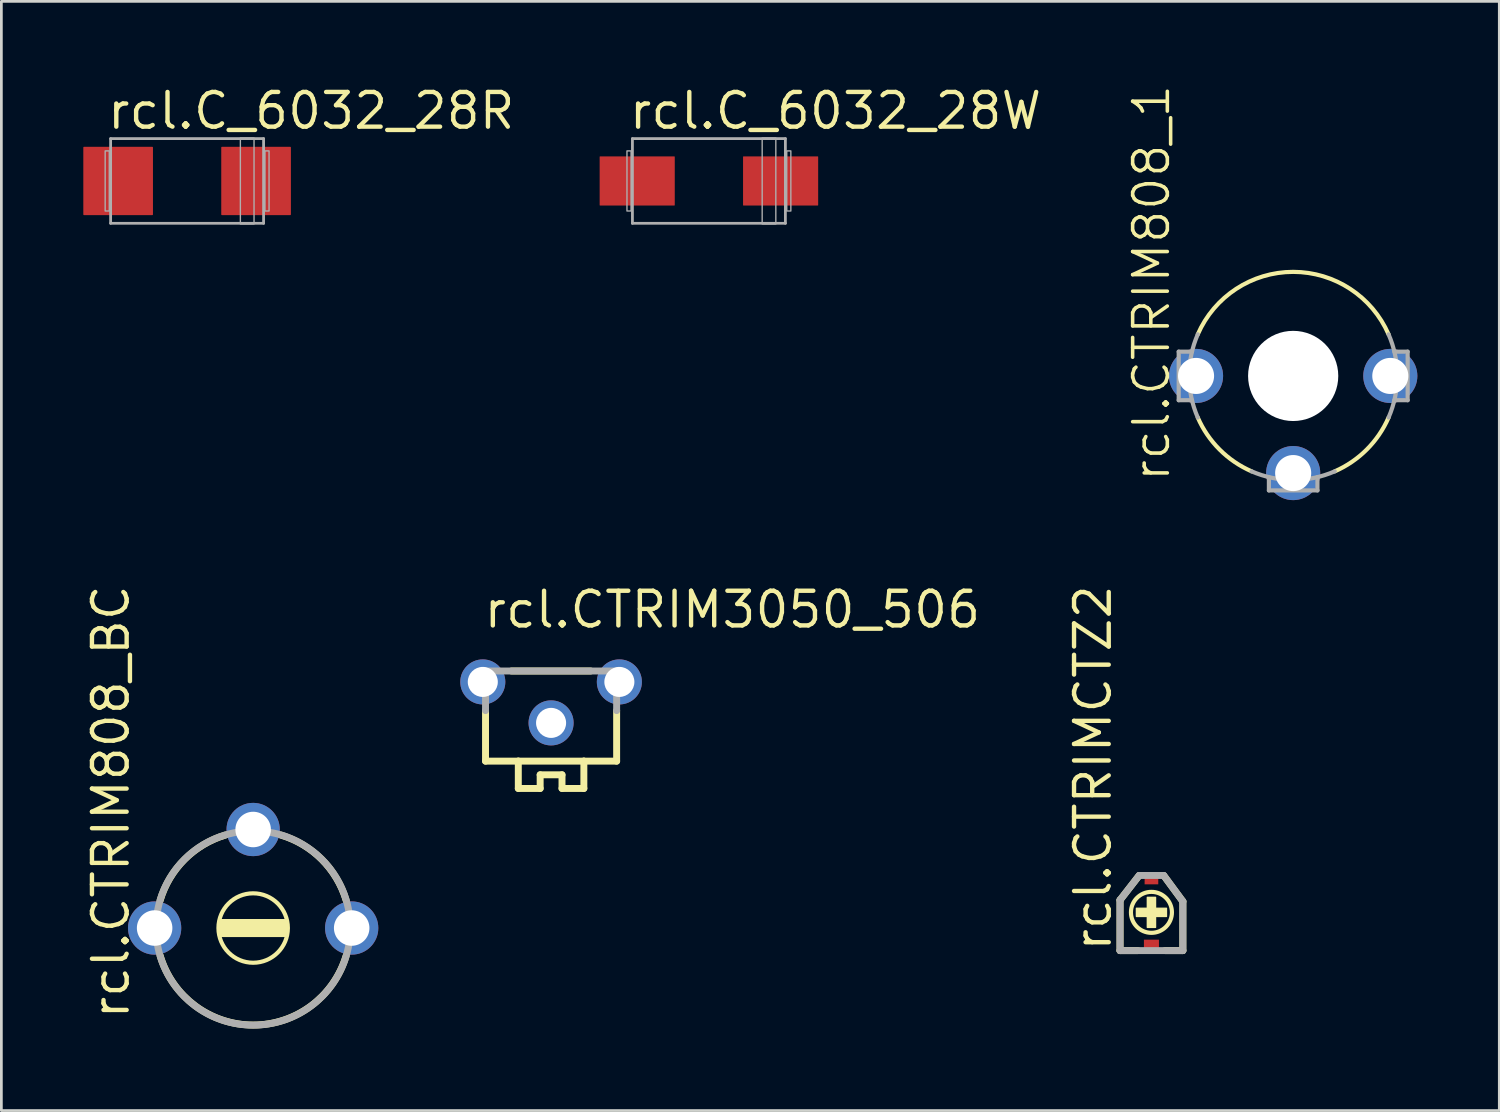
<source format=kicad_pcb>
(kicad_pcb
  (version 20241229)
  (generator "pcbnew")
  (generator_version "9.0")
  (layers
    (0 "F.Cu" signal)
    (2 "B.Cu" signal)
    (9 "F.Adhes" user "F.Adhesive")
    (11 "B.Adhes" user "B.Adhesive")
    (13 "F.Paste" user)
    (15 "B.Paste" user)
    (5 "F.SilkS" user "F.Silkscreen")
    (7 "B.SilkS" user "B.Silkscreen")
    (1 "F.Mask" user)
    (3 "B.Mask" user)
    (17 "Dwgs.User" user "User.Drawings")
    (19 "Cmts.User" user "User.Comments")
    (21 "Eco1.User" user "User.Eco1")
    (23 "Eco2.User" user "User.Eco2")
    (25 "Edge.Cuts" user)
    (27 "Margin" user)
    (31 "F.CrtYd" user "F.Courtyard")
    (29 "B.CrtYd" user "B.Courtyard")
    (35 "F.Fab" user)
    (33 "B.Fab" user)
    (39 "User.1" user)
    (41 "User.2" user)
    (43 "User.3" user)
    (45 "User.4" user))
  (footprint "rcl.C_6032_28R"
    (layer "F.Cu")
    (at 3.8 3.575)
    (property "Reference" "rcl.C_6032_28R" (at -3 -1.825 0) (layer "F.SilkS") (effects (font (size 1.27 1.27) (thickness 0.16)) (justify left bottom)))
    (attr smd)
    (fp_line (start -2.8 -1.55) (end 2.8 -1.55) (stroke (width 0.102) (type default)) (layer "F.Fab"))
    (fp_line (start -2.8 1.55) (end -2.8 -1.55) (stroke (width 0.102) (type default)) (layer "F.Fab"))
    (fp_line (start 2.8 -1.55) (end 2.8 1.55) (stroke (width 0.102) (type default)) (layer "F.Fab"))
    (fp_line (start 2.8 1.55) (end -2.8 1.55) (stroke (width 0.102) (type default)) (layer "F.Fab"))
    (fp_rect (start -3 1.1) (end -2.85 -1.1) (stroke (width 0.05) (type default)) (fill no) (layer "F.Fab"))
    (fp_rect (start 1.95 1.575) (end 2.45 -1.575) (stroke (width 0.05) (type default)) (fill no) (layer "F.Fab"))
    (fp_rect (start 2.85 1.1) (end 3 -1.1) (stroke (width 0.05) (type default)) (fill no) (layer "F.Fab"))
    (pad "+" smd roundrect (at 2.525 0) (size 2.55 2.5) (layers "F.Cu" "F.Mask" "F.Paste") (roundrect_rratio 0.01))
    (pad "-" smd roundrect (at -2.525 0) (size 2.55 2.5) (layers "F.Cu" "F.Mask" "F.Paste") (roundrect_rratio 0.01)))
  (footprint "rcl.CTRIM808_BC"
    (layer "F.Cu")
    (at 6.218 30.925)
    (property "Reference" "rcl.CTRIM808_BC" (at -4.468 3.406 90) (layer "F.SilkS") (effects (font (size 1.27 1.27) (thickness 0.16)) (justify left bottom)))
    (attr through_hole)
    (fp_rect (start -1.219 0.305) (end 1.219 -0.305) (stroke (width 0.05) (type default)) (fill yes) (layer "F.SilkS"))
    (fp_arc (start -3.4036 -1.016) (mid -2.511648 -2.511648) (end -1.016 -3.4036) (stroke (width 0.254) (type default)) (layer "F.SilkS"))
    (fp_arc (start 1.016 -3.4036) (mid 2.511648 -2.511648) (end 3.4036 -1.016) (stroke (width 0.254) (type default)) (layer "F.SilkS"))
    (fp_arc (start 3.4036 1.016) (mid 0 3.552006) (end -3.4036 1.016) (stroke (width 0.254) (type default)) (layer "F.SilkS"))
    (fp_circle (center 0 0) (end 1.271 0) (stroke (width 0.152) (type default)) (fill no) (layer "F.SilkS"))
    (fp_circle (center 0 0) (end 3.556 0) (stroke (width 0.254) (type default)) (fill no) (layer "F.Fab"))
    (pad "1" thru_hole circle (at -3.607 0) (size 1.95 1.95) (drill 1.3) (layers "*.Cu" "*.Mask"))
    (pad "2" thru_hole circle (at 0 -3.607) (size 1.95 1.95) (drill 1.3) (layers "*.Cu" "*.Mask"))
    (pad "3" thru_hole circle (at 3.607 0) (size 1.95 1.95) (drill 1.3) (layers "*.Cu" "*.Mask")))
  (footprint "rcl.CTRIMCTZ2"
    (layer "F.Cu")
    (at 39.104 30.351)
    (property "Reference" "rcl.CTRIMCTZ2" (at -1.4 1.5 90) (layer "F.SilkS") (effects (font (size 1.27 1.27) (thickness 0.16)) (justify left bottom)))
    (attr smd)
    (fp_line (start -1.15 -0.45) (end -0.45 -1.35) (stroke (width 0.254) (type default)) (layer "F.SilkS"))
    (fp_line (start -1.15 1.4) (end -1.15 -0.45) (stroke (width 0.254) (type default)) (layer "F.SilkS"))
    (fp_line (start -0.5 1.4) (end -1.15 1.4) (stroke (width 0.254) (type default)) (layer "F.SilkS"))
    (fp_line (start 0.5 1.4) (end 1.15 1.4) (stroke (width 0.254) (type default)) (layer "F.SilkS"))
    (fp_line (start 1.15 -0.4) (end 0.45 -1.35) (stroke (width 0.254) (type default)) (layer "F.SilkS"))
    (fp_line (start 1.15 1.4) (end 1.15 -0.4) (stroke (width 0.254) (type default)) (layer "F.SilkS"))
    (fp_rect (start -0.55 0.15) (end 0.55 -0.15) (stroke (width 0.05) (type default)) (fill yes) (layer "F.SilkS"))
    (fp_rect (start -0.15 0.55) (end 0.15 -0.55) (stroke (width 0.05) (type default)) (fill yes) (layer "F.SilkS"))
    (fp_circle (center 0 0) (end 0.75 0) (stroke (width 0.152) (type default)) (fill no) (layer "F.SilkS"))
    (fp_line (start -1.15 -0.45) (end -0.45 -1.35) (stroke (width 0.254) (type default)) (layer "F.Fab"))
    (fp_line (start -1.15 1.4) (end -1.15 -0.45) (stroke (width 0.254) (type default)) (layer "F.Fab"))
    (fp_line (start -0.45 -1.35) (end 0.45 -1.35) (stroke (width 0.254) (type default)) (layer "F.Fab"))
    (fp_line (start 0.45 -1.35) (end 1.15 -0.4) (stroke (width 0.254) (type default)) (layer "F.Fab"))
    (fp_line (start 1.15 -0.4) (end 1.15 1.4) (stroke (width 0.254) (type default)) (layer "F.Fab"))
    (fp_line (start 1.15 1.4) (end -1.15 1.4) (stroke (width 0.254) (type default)) (layer "F.Fab"))
    (pad "1" smd roundrect (at 0 -1.25) (size 0.5 0.45) (layers "F.Cu" "F.Mask" "F.Paste") (roundrect_rratio 0.01))
    (pad "2" smd roundrect (at 0 1.25) (size 0.55 0.5) (layers "F.Cu" "F.Mask" "F.Paste") (roundrect_rratio 0.01)))
  (footprint "rcl.CTRIM3050_506"
    (layer "F.Cu")
    (at 17.125 23.185)
    (property "Reference" "rcl.CTRIM3050_506" (at -2.54 -3.175 0) (layer "F.SilkS") (effects (font (size 1.27 1.27) (thickness 0.16)) (justify left bottom)))
    (attr through_hole)
    (fp_line (start -2.4 -0.22) (end -2.4 1.63) (stroke (width 0.254) (type default)) (layer "F.SilkS"))
    (fp_line (start -1.45 -1.67) (end 1.45 -1.67) (stroke (width 0.254) (type default)) (layer "F.SilkS"))
    (fp_line (start -1.2 1.63) (end -2.4 1.63) (stroke (width 0.254) (type default)) (layer "F.SilkS"))
    (fp_line (start -1.2 1.63) (end 1.2 1.63) (stroke (width 0.254) (type default)) (layer "F.SilkS"))
    (fp_line (start -1.2 2.63) (end -1.2 1.63) (stroke (width 0.254) (type default)) (layer "F.SilkS"))
    (fp_line (start -1.2 2.63) (end -0.4 2.63) (stroke (width 0.254) (type default)) (layer "F.SilkS"))
    (fp_line (start -0.4 2.13) (end 0.4 2.13) (stroke (width 0.254) (type default)) (layer "F.SilkS"))
    (fp_line (start -0.4 2.63) (end -0.4 2.13) (stroke (width 0.254) (type default)) (layer "F.SilkS"))
    (fp_line (start 0.4 2.13) (end 0.4 2.63) (stroke (width 0.254) (type default)) (layer "F.SilkS"))
    (fp_line (start 0.4 2.63) (end 1.2 2.63) (stroke (width 0.254) (type default)) (layer "F.SilkS"))
    (fp_line (start 1.2 1.63) (end 1.2 2.63) (stroke (width 0.254) (type default)) (layer "F.SilkS"))
    (fp_line (start 1.2 1.63) (end 2.4 1.63) (stroke (width 0.254) (type default)) (layer "F.SilkS"))
    (fp_line (start 2.4 1.63) (end 2.4 -0.22) (stroke (width 0.254) (type default)) (layer "F.SilkS"))
    (fp_line (start -2.4 -0.22) (end -2.4 -1.67) (stroke (width 0.254) (type default)) (layer "F.Fab"))
    (fp_line (start 2.4 -1.67) (end -2.4 -1.67) (stroke (width 0.254) (type default)) (layer "F.Fab"))
    (fp_line (start 2.4 -0.22) (end 2.4 -1.67) (stroke (width 0.254) (type default)) (layer "F.Fab"))
    (pad "1A" thru_hole circle (at -2.5 -1.27) (size 1.65 1.65) (drill 1.1) (layers "*.Cu" "*.Mask"))
    (pad "1B" thru_hole circle (at 2.5 -1.27) (size 1.65 1.65) (drill 1.1) (layers "*.Cu" "*.Mask"))
    (pad "2" thru_hole circle (at 0 0.23) (size 1.65 1.65) (drill 1.1) (layers "*.Cu" "*.Mask")))
  (footprint "rcl.CTRIM808_1"
    (layer "F.Cu")
    (at 44.293 10.713)
    (property "Reference" "rcl.CTRIM808_1" (at -4.445 3.937 90) (layer "F.SilkS") (effects (font (size 1.27 1.27) (thickness 0.13)) (justify left bottom)))
    (attr through_hole)
    (fp_line (start -1.244 -0.254) (end 1.244 -0.254) (stroke (width 0.152) (type default)) (layer "F.SilkS"))
    (fp_line (start -1.244 0.254) (end 1.244 0.254) (stroke (width 0.152) (type default)) (layer "F.SilkS"))
    (fp_rect (start -1.27 0.254) (end 1.27 -0.254) (stroke (width 0.05) (type default)) (fill yes) (layer "F.SilkS"))
    (fp_arc (start -3.4925 -1.5227) (mid 0 -3.810009) (end 3.4925 -1.5227) (stroke (width 0.1524) (type default)) (layer "F.SilkS"))
    (fp_arc (start -1.5227 3.4925) (mid -2.694083 2.694083) (end -3.4925 1.5227) (stroke (width 0.1524) (type default)) (layer "F.SilkS"))
    (fp_arc (start 3.4925 1.5227) (mid 2.694083 2.694083) (end 1.5227 3.4925) (stroke (width 0.1524) (type default)) (layer "F.SilkS"))
    (fp_circle (center 0 0) (end 1.27 0) (stroke (width 0.152) (type default)) (fill no) (layer "F.SilkS"))
    (fp_line (start -4.191 -0.889) (end -4.191 0.889) (stroke (width 0.152) (type default)) (layer "F.Fab"))
    (fp_line (start -4.191 -0.889) (end -3.705 -0.889) (stroke (width 0.152) (type default)) (layer "F.Fab"))
    (fp_line (start -4.191 0.889) (end -3.705 0.889) (stroke (width 0.152) (type default)) (layer "F.Fab"))
    (fp_line (start -0.889 3.705) (end -0.889 4.191) (stroke (width 0.152) (type default)) (layer "F.Fab"))
    (fp_line (start 0.889 3.705) (end 0.889 4.191) (stroke (width 0.152) (type default)) (layer "F.Fab"))
    (fp_line (start 0.889 4.191) (end -0.889 4.191) (stroke (width 0.152) (type default)) (layer "F.Fab"))
    (fp_line (start 3.705 -0.889) (end 4.191 -0.889) (stroke (width 0.152) (type default)) (layer "F.Fab"))
    (fp_line (start 3.705 0.889) (end 4.191 0.889) (stroke (width 0.152) (type default)) (layer "F.Fab"))
    (fp_line (start 4.191 -0.889) (end 4.191 0.889) (stroke (width 0.152) (type default)) (layer "F.Fab"))
    (fp_arc (start -3.4925 1.5227) (mid -3.810009 0) (end -3.4925 -1.5227) (stroke (width 0.1524) (type default)) (layer "F.Fab"))
    (fp_arc (start 1.5227 3.4925) (mid 0 3.810009) (end -1.5227 3.4925) (stroke (width 0.1524) (type default)) (layer "F.Fab"))
    (fp_arc (start 3.4925 -1.5227) (mid 3.810009 0) (end 3.4925 1.5227) (stroke (width 0.1524) (type default)) (layer "F.Fab"))
    (pad "" np_thru_hole circle (at 0 0) (size 3.302 3.302) (drill 3.302) (layers "*.Cu" "*.Mask"))
    (pad "1" thru_hole circle (at -3.556 0) (size 1.981 1.981) (drill 1.321) (layers "*.Cu" "*.Mask"))
    (pad "2" thru_hole circle (at 0 3.556) (size 1.981 1.981) (drill 1.321) (layers "*.Cu" "*.Mask"))
    (pad "3" thru_hole circle (at 3.556 0) (size 1.981 1.981) (drill 1.321) (layers "*.Cu" "*.Mask")))
  (footprint "rcl.C_6032_28W"
    (layer "F.Cu")
    (at 22.903 3.575)
    (property "Reference" "rcl.C_6032_28W" (at -3 -1.825 0) (layer "F.SilkS") (effects (font (size 1.27 1.27) (thickness 0.16)) (justify left bottom)))
    (attr smd)
    (fp_line (start -2.8 -1.55) (end 2.8 -1.55) (stroke (width 0.102) (type default)) (layer "F.Fab"))
    (fp_line (start -2.8 1.55) (end -2.8 -1.55) (stroke (width 0.102) (type default)) (layer "F.Fab"))
    (fp_line (start 2.8 -1.55) (end 2.8 1.55) (stroke (width 0.102) (type default)) (layer "F.Fab"))
    (fp_line (start 2.8 1.55) (end -2.8 1.55) (stroke (width 0.102) (type default)) (layer "F.Fab"))
    (fp_rect (start -3 1.1) (end -2.85 -1.1) (stroke (width 0.05) (type default)) (fill no) (layer "F.Fab"))
    (fp_rect (start 1.95 1.575) (end 2.45 -1.575) (stroke (width 0.05) (type default)) (fill no) (layer "F.Fab"))
    (fp_rect (start 2.85 1.1) (end 3 -1.1) (stroke (width 0.05) (type default)) (fill no) (layer "F.Fab"))
    (pad "+" smd roundrect (at 2.625 0) (size 2.75 1.8) (layers "F.Cu" "F.Mask" "F.Paste") (roundrect_rratio 0.01))
    (pad "-" smd roundrect (at -2.625 0) (size 2.75 1.8) (layers "F.Cu" "F.Mask" "F.Paste") (roundrect_rratio 0.01)))
  (gr_rect
    (start -3 -3)
    (end 51.839 37.608)
    (stroke (width 0.1) (type default))
    (fill no)
    (layer "Edge.Cuts")))
</source>
